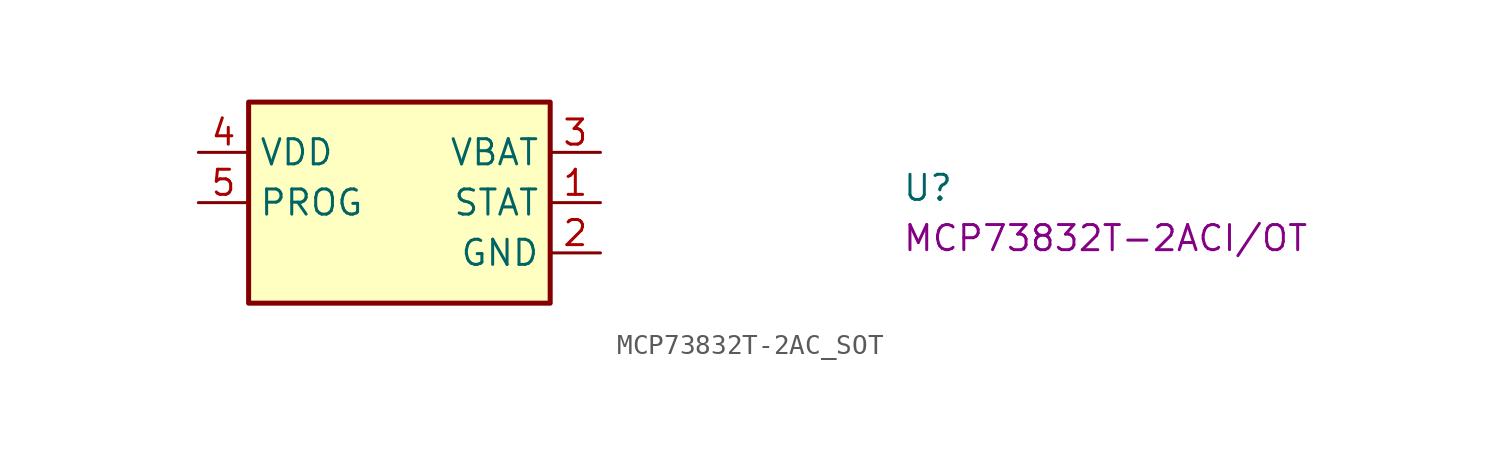
<source format=kicad_sym>
(kicad_symbol_lib
  (version 20220914)
  (generator kicad_symbol_editor)
  (symbol "MCP73832T-2AC_SOT"
    (property "Reference" "U"
      (at 35.56 -2.54 0)
      (effects (font (size 1.27 1.27) (thickness 0.15)) (justify left bottom)))
    (property "MPN" "MCP73832T-2ACI/OT"
      (at 35.56 -5.08 0)
      (effects (font (size 1.27 1.27) (thickness 0.15)) (justify left bottom)))
    (symbol "MCP73832T-2AC_SOT_1_1"
      (rectangle (start 17.78 2.54) (end 2.54 -7.62) (stroke (width 0.254) (type default)) (fill (type background)))
      (pin output line (at 20.32 -2.54 180) (length 2.54) (name "STAT" (effects (font (size 1.27 1.27)))) (number "1" (effects (font (size 1.27 1.27)))))
      (pin power_in line (at 20.32 -5.08 180) (length 2.54) (name "GND" (effects (font (size 1.27 1.27)))) (number "2" (effects (font (size 1.27 1.27)))))
      (pin power_out line (at 20.32 0 180) (length 2.54) (name "VBAT" (effects (font (size 1.27 1.27)))) (number "3" (effects (font (size 1.27 1.27)))))
      (pin power_in line (at 0 0 0) (length 2.54) (name "VDD" (effects (font (size 1.27 1.27)))) (number "4" (effects (font (size 1.27 1.27)))))
      (pin input line (at 0 -2.54 0) (length 2.54) (name "PROG" (effects (font (size 1.27 1.27)))) (number "5" (effects (font (size 1.27 1.27))))))))
</source>
